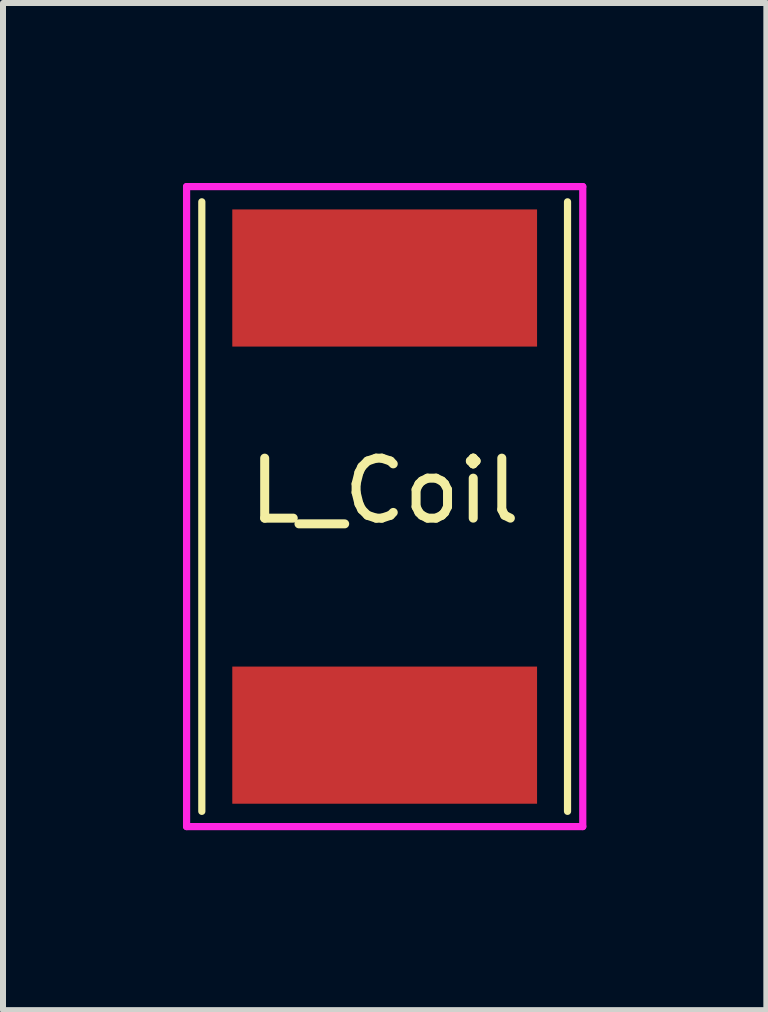
<source format=kicad_pcb>
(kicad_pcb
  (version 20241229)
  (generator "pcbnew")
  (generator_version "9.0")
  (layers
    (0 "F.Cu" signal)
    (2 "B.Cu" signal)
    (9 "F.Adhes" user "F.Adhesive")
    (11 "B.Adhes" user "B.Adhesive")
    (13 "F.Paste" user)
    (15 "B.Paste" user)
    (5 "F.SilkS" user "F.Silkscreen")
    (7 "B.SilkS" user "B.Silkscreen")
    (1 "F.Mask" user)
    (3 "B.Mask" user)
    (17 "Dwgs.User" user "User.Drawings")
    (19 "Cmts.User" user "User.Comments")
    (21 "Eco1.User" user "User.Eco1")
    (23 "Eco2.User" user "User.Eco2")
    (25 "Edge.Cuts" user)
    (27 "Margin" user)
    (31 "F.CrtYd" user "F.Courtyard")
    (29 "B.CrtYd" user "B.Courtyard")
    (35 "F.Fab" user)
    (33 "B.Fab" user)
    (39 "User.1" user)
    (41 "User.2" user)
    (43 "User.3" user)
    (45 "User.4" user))
  (footprint "L_Coil"
    (layer "F.Cu")
    (at 3.362 8.188)
    (property "Reference" "L_Coil" (at 0 -3.056 0) (layer "F.SilkS") (effects (font (size 1 1) (thickness 0.15))))
    (attr through_hole)
    (fp_line (start -3.048 -7.874) (end -3.048 2.286) (stroke (width 0.12) (type solid)) (layer "F.SilkS"))
    (fp_line (start 3.048 -7.874) (end 3.048 2.286) (stroke (width 0.12) (type solid)) (layer "F.SilkS"))
    (fp_line (start -3.302 -8.128) (end 3.302 -8.128) (stroke (width 0.12) (type solid)) (layer "F.CrtYd"))
    (fp_line (start -3.302 2.54) (end -3.302 -8.128) (stroke (width 0.12) (type solid)) (layer "F.CrtYd"))
    (fp_line (start 3.302 -8.128) (end 3.302 2.54) (stroke (width 0.12) (type solid)) (layer "F.CrtYd"))
    (fp_line (start 3.302 2.54) (end -3.302 2.54) (stroke (width 0.12) (type solid)) (layer "F.CrtYd"))
    (pad "1" smd rect (at 0 1.016) (size 5.08 2.286) (layers "F.Cu" "F.Mask" "F.Paste"))
    (pad "2" smd rect (at 0 -6.604) (size 5.08 2.286) (layers "F.Cu" "F.Mask" "F.Paste")))
  (gr_rect
    (start -3 -3)
    (end 9.724 13.788)
    (stroke (width 0.1) (type default))
    (fill no)
    (layer "Edge.Cuts")))
</source>
